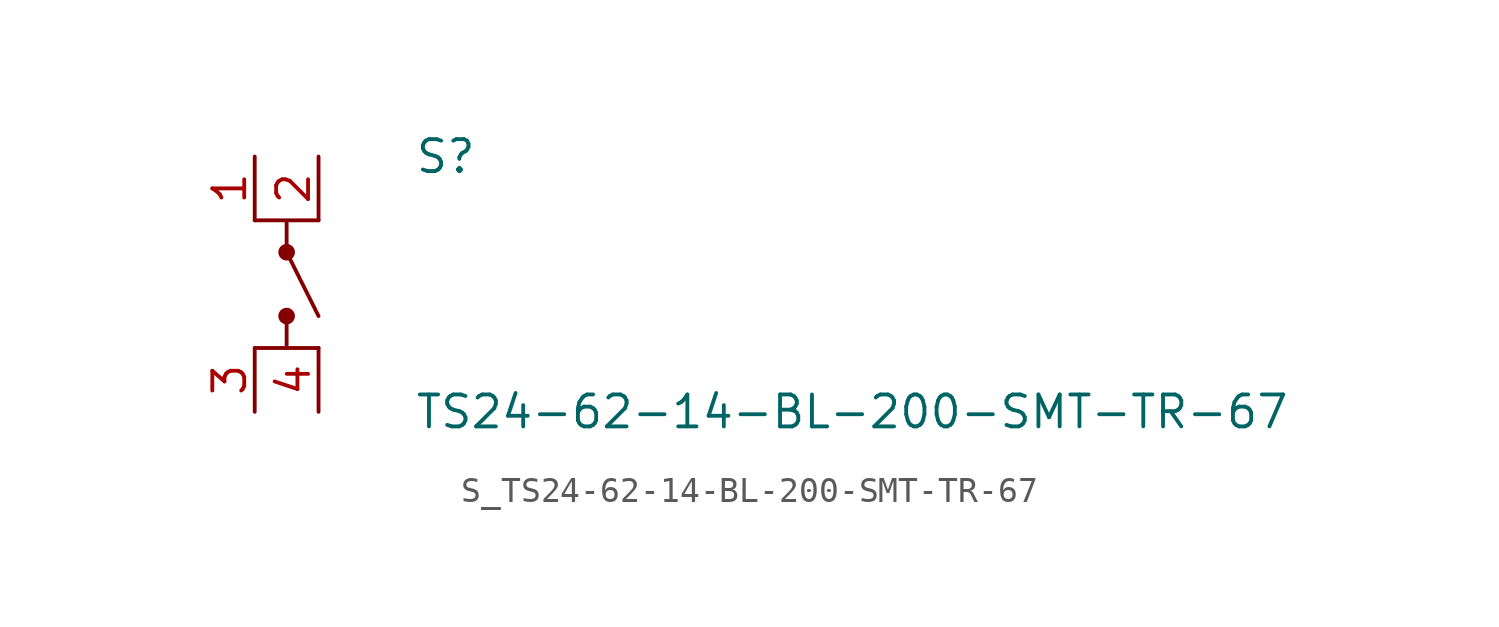
<source format=kicad_sym>
(kicad_symbol_lib
  (version 20231120)
  (generator kicad_symbol_editor)
  (generator_version 8.0)
  (symbol "S_TS24-62-14-BL-200-SMT-TR-67"
    (pin_names
      (offset 0.254))
    (property "Reference" "S"
      (at 5.08 5.08 0)
      (effects (font (size 1.27 1.27)) (justify left)))
    (property "Value" "TS24-62-14-BL-200-SMT-TR-67"
      (at 5.08 -5.08 0)
      (effects (font (size 1.27 1.27)) (justify left)))
    (symbol "S_TS24-62-14-BL-200-SMT-TR-67_0_0"
      (pin unspecified line (at -1.27 5.08 270) (length 2.54) (name "" (effects (font (size 1.27 1.27)))) (number "1" (effects (font (size 1.27 1.27)))))
      (pin unspecified line (at 1.27 5.08 270) (length 2.54) (name "" (effects (font (size 1.27 1.27)))) (number "2" (effects (font (size 1.27 1.27)))))
      (pin unspecified line (at -1.27 -5.08 90) (length 2.54) (name "" (effects (font (size 1.27 1.27)))) (number "3" (effects (font (size 1.27 1.27)))))
      (pin unspecified line (at 1.27 -5.08 90) (length 2.54) (name "" (effects (font (size 1.27 1.27)))) (number "4" (effects (font (size 1.27 1.27)))))
      (circle (center 0 1.27) (radius 0.254) (stroke (width 0) (type solid)) (fill (type outline)))
      (circle (center 0 -1.27) (radius 0.254) (stroke (width 0) (type solid)) (fill (type outline)))
      (polyline (pts (xy 1.27 2.54) (xy -1.27 2.54) (xy 0 2.54) (xy 0 1.27) (xy 1.27 -1.27)) (stroke (width 0) (type default)) (fill (type none)))
      (polyline (pts (xy 1.27 -2.54) (xy -1.27 -2.54) (xy 0 -2.54) (xy 0 -1.27)) (stroke (width 0) (type default)) (fill (type none))))
    (symbol "S_TS24-62-14-BL-200-SMT-TR-67_1_0")))
</source>
